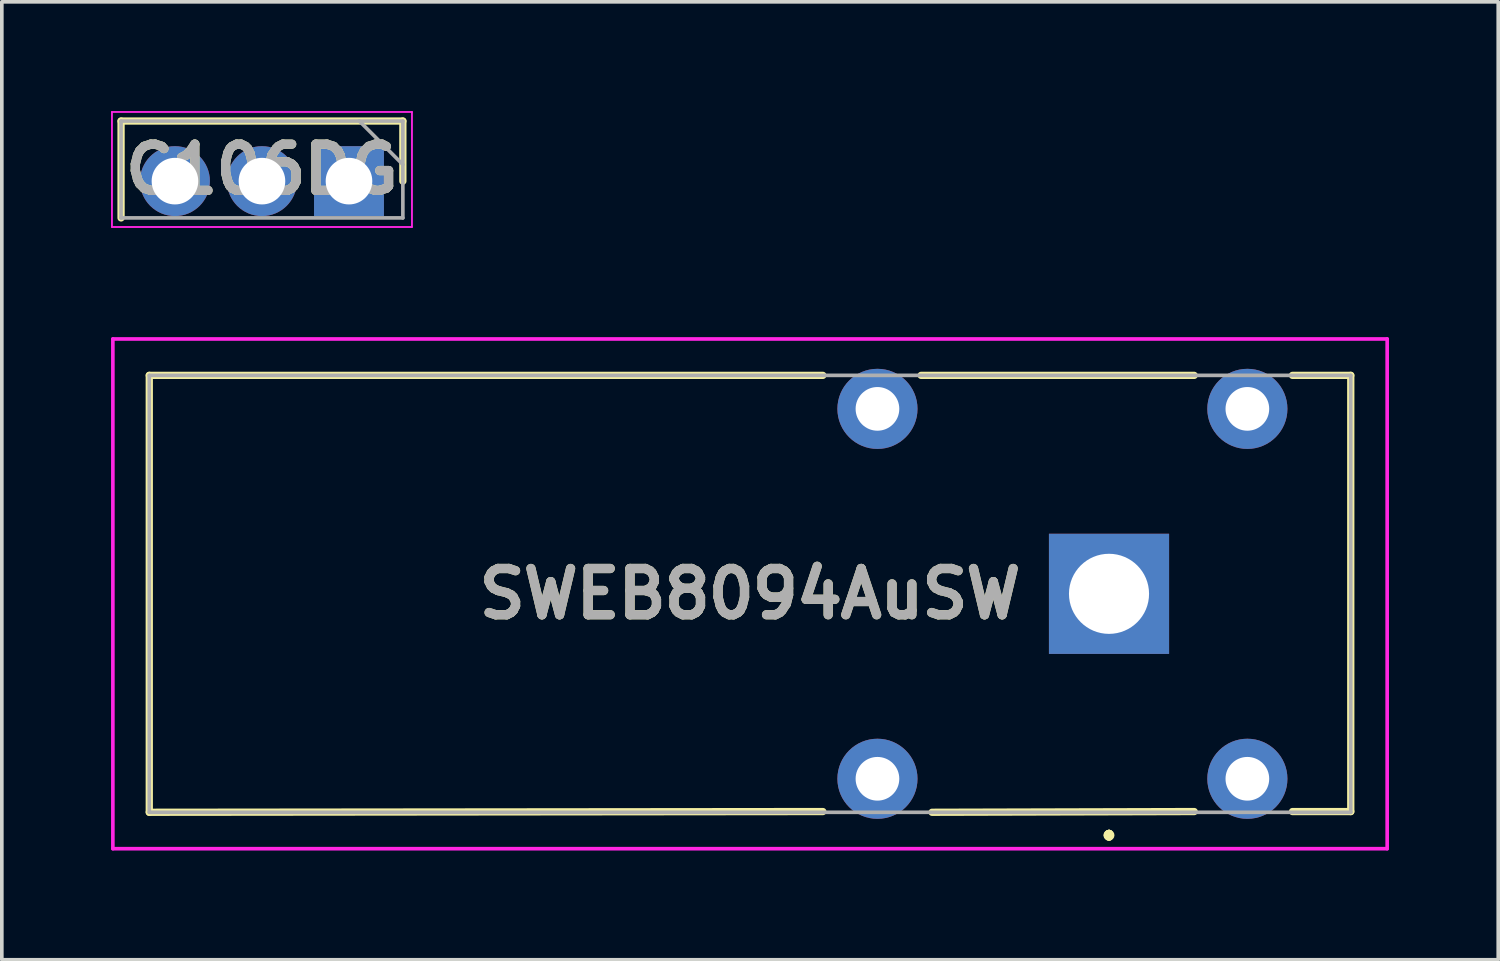
<source format=kicad_pcb>
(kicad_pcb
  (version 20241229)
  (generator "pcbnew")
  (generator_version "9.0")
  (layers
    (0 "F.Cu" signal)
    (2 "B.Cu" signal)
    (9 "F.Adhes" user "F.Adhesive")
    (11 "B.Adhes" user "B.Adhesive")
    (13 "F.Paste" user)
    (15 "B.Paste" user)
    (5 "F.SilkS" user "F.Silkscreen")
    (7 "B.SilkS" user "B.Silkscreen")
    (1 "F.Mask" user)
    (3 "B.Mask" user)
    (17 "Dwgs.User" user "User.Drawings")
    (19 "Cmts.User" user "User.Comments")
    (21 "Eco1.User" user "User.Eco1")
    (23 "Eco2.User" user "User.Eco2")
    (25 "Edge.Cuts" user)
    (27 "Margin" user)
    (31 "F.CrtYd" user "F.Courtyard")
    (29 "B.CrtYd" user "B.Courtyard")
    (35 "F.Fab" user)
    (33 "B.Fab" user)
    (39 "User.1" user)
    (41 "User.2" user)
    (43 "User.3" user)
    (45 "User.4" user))
  (footprint "C106DG"
    (layer "F.Cu")
    (at 6.535 1.925)
    (property "Reference" "C106DG" (at -2.39 -0.32 0) (layer "F.SilkS") (effects (font (size 1.27 1.27) (thickness 0.254))))
    (attr through_hole)
    (fp_line (start -6.26 -1.65) (end 1.48 -1.65) (stroke (width 0.2) (type solid)) (layer "F.SilkS"))
    (fp_line (start -6.26 1.01) (end -6.26 -1.65) (stroke (width 0.2) (type solid)) (layer "F.SilkS"))
    (fp_line (start 1.48 -1.65) (end 1.48 0) (stroke (width 0.2) (type solid)) (layer "F.SilkS"))
    (fp_line (start -6.51 -1.9) (end -6.51 1.26) (stroke (width 0.05) (type solid)) (layer "F.CrtYd"))
    (fp_line (start -6.51 1.26) (end 1.73 1.26) (stroke (width 0.05) (type solid)) (layer "F.CrtYd"))
    (fp_line (start 1.73 -1.9) (end -6.51 -1.9) (stroke (width 0.05) (type solid)) (layer "F.CrtYd"))
    (fp_line (start 1.73 1.26) (end 1.73 -1.9) (stroke (width 0.05) (type solid)) (layer "F.CrtYd"))
    (fp_line (start -6.26 -1.65) (end -6.26 1.01) (stroke (width 0.1) (type solid)) (layer "F.Fab"))
    (fp_line (start -6.26 1.01) (end 1.48 1.01) (stroke (width 0.1) (type solid)) (layer "F.Fab"))
    (fp_line (start 1.48 -1.65) (end -6.26 -1.65) (stroke (width 0.1) (type solid)) (layer "F.Fab"))
    (fp_line (start 1.48 -0.455) (end 0.285 -1.65) (stroke (width 0.1) (type solid)) (layer "F.Fab"))
    (fp_line (start 1.48 1.01) (end 1.48 -1.65) (stroke (width 0.1) (type solid)) (layer "F.Fab"))
    (fp_text user "${REFERENCE}" (at -2.39 -0.32 0) (layer "F.Fab") (effects (font (size 1.27 1.27) (thickness 0.254))))
    (pad "1" thru_hole rect (at 0 0) (size 1.92 1.92) (drill 1.28) (layers "*.Cu" "*.Mask"))
    (pad "2" thru_hole circle (at -2.39 0) (size 1.92 1.92) (drill 1.28) (layers "*.Cu" "*.Mask"))
    (pad "3" thru_hole circle (at -4.78 0) (size 1.92 1.92) (drill 1.28) (layers "*.Cu" "*.Mask")))
  (footprint "SWEB8094AuSW"
    (layer "F.Cu")
    (at 27.41 13.26)
    (property "Reference" "SWEB8094AuSW" (at -9.86 0 0) (layer "F.SilkS") (effects (font (size 1.27 1.27) (thickness 0.254))))
    (attr through_hole)
    (fp_line (start -26.36 -6) (end -26.36 6) (stroke (width 0.2) (type solid)) (layer "F.SilkS"))
    (fp_line (start -26.36 6) (end -7.86 5.98) (stroke (width 0.2) (type solid)) (layer "F.SilkS"))
    (fp_line (start -7.86 -6) (end -26.36 -6) (stroke (width 0.2) (type solid)) (layer "F.SilkS"))
    (fp_line (start -4.86 6) (end 2.34 5.98) (stroke (width 0.2) (type solid)) (layer "F.SilkS"))
    (fp_line (start 0 6.58) (end 0 6.58) (stroke (width 0.2) (type solid)) (layer "F.SilkS"))
    (fp_line (start 0 6.58) (end 0 6.58) (stroke (width 0.2) (type solid)) (layer "F.SilkS"))
    (fp_line (start 0 6.68) (end 0 6.68) (stroke (width 0.2) (type solid)) (layer "F.SilkS"))
    (fp_line (start 2.34 -6) (end -5.16 -6) (stroke (width 0.2) (type solid)) (layer "F.SilkS"))
    (fp_line (start 5.04 5.98) (end 6.64 5.98) (stroke (width 0.2) (type solid)) (layer "F.SilkS"))
    (fp_line (start 6.64 -6) (end 5.04 -6) (stroke (width 0.2) (type solid)) (layer "F.SilkS"))
    (fp_line (start 6.64 5.98) (end 6.64 -6) (stroke (width 0.2) (type solid)) (layer "F.SilkS"))
    (fp_arc (start 0 6.58) (mid 0.05 6.63) (end 0 6.68) (stroke (width 0.2) (type solid)) (layer "F.SilkS"))
    (fp_arc (start 0 6.68) (mid -0.05 6.63) (end 0 6.58) (stroke (width 0.2) (type solid)) (layer "F.SilkS"))
    (fp_arc (start 0 6.68) (mid -0.05 6.63) (end 0 6.58) (stroke (width 0.2) (type solid)) (layer "F.SilkS"))
    (fp_line (start -27.36 -7) (end 7.64 -7) (stroke (width 0.1) (type solid)) (layer "F.CrtYd"))
    (fp_line (start -27.36 7) (end -27.36 -7) (stroke (width 0.1) (type solid)) (layer "F.CrtYd"))
    (fp_line (start 7.64 -7) (end 7.64 7) (stroke (width 0.1) (type solid)) (layer "F.CrtYd"))
    (fp_line (start 7.64 7) (end -27.36 7) (stroke (width 0.1) (type solid)) (layer "F.CrtYd"))
    (fp_line (start -26.36 -6) (end -26.36 6) (stroke (width 0.1) (type solid)) (layer "F.Fab"))
    (fp_line (start -26.36 6) (end 6.64 6) (stroke (width 0.1) (type solid)) (layer "F.Fab"))
    (fp_line (start 6.64 -6) (end -26.36 -6) (stroke (width 0.1) (type solid)) (layer "F.Fab"))
    (fp_line (start 6.64 6) (end 6.64 -6) (stroke (width 0.1) (type solid)) (layer "F.Fab"))
    (fp_text user "${REFERENCE}" (at -9.86 0 0) (layer "F.Fab") (effects (font (size 1.27 1.27) (thickness 0.254))))
    (pad "1" thru_hole rect (at 0 0) (size 3.3 3.3) (drill 2.2) (layers "*.Cu" "*.Mask"))
    (pad "2" thru_hole circle (at 3.8 5.08) (size 2.2 2.2) (drill 1.2) (layers "*.Cu" "*.Mask"))
    (pad "3" thru_hole circle (at 3.8 -5.08) (size 2.2 2.2) (drill 1.2) (layers "*.Cu" "*.Mask"))
    (pad "4" thru_hole circle (at -6.36 -5.08) (size 2.2 2.2) (drill 1.2) (layers "*.Cu" "*.Mask"))
    (pad "5" thru_hole circle (at -6.36 5.08) (size 2.2 2.2) (drill 1.2) (layers "*.Cu" "*.Mask")))
  (gr_rect
    (start -3 -3)
    (end 38.1 23.31)
    (stroke (width 0.1) (type default))
    (fill no)
    (layer "Edge.Cuts")))
</source>
